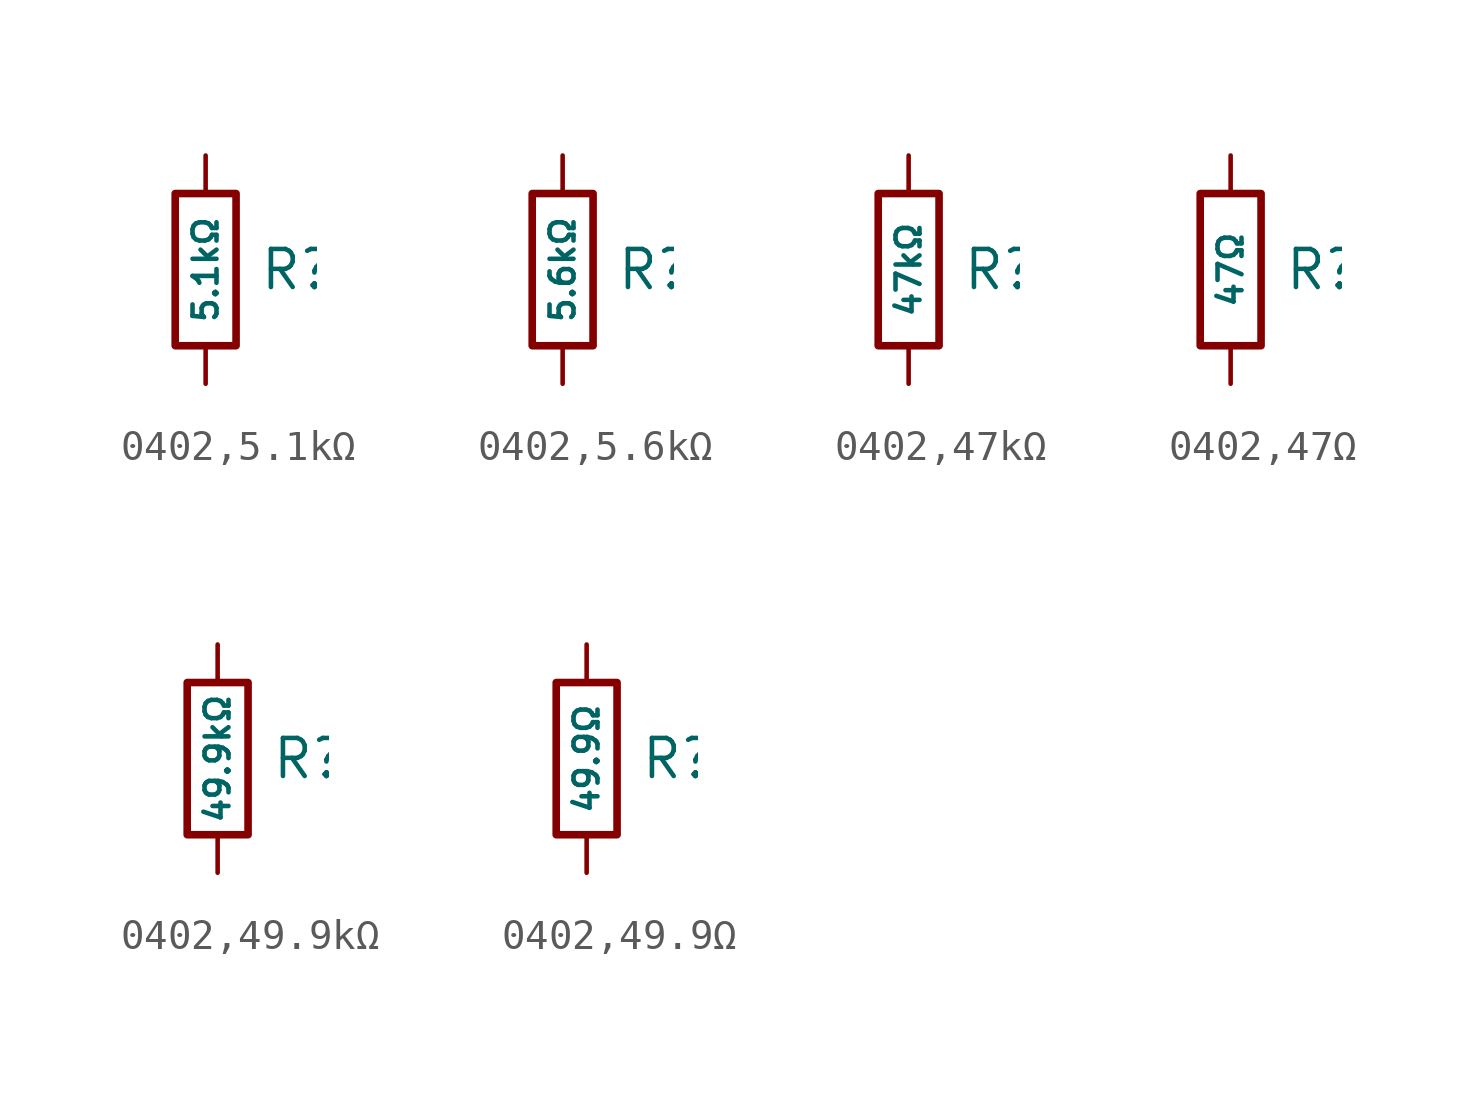
<source format=kicad_sym>
(kicad_symbol_lib
  (version 20231120)
  (generator "CDFER")
  (generator_version "8.0")
  (symbol "0402,5.1kΩ"
    (pin_numbers hide)
    (pin_names
      (offset 0))
    (property "Reference" "R"
      (at 1.778 0 0)
      (effects (font (size 1.27 1.27)) (justify left)))
    (property "Value" "5.1kΩ"
      (at 0 0 90)
      (do_not_autoplace)
      (effects (font (size 0.8 0.8))))
    (symbol "0402,5.1kΩ_0_1"
      (rectangle (start -1.016 2.54) (end 1.016 -2.54) (stroke (width 0.254) (type default)) (fill (type none))))
    (symbol "0402,5.1kΩ_1_1"
      (pin passive line (at 0 3.81 270) (length 1.27) (name "~" (effects (font (size 1.27 1.27)))) (number "1" (effects (font (size 1.27 1.27)))))
      (pin passive line (at 0 -3.81 90) (length 1.27) (name "~" (effects (font (size 1.27 1.27)))) (number "2" (effects (font (size 1.27 1.27)))))))
  (symbol "0402,5.6kΩ"
    (pin_numbers hide)
    (pin_names
      (offset 0))
    (property "Reference" "R"
      (at 1.778 0 0)
      (effects (font (size 1.27 1.27)) (justify left)))
    (property "Value" "5.6kΩ"
      (at 0 0 90)
      (do_not_autoplace)
      (effects (font (size 0.8 0.8))))
    (symbol "0402,5.6kΩ_0_1"
      (rectangle (start -1.016 2.54) (end 1.016 -2.54) (stroke (width 0.254) (type default)) (fill (type none))))
    (symbol "0402,5.6kΩ_1_1"
      (pin passive line (at 0 3.81 270) (length 1.27) (name "~" (effects (font (size 1.27 1.27)))) (number "1" (effects (font (size 1.27 1.27)))))
      (pin passive line (at 0 -3.81 90) (length 1.27) (name "~" (effects (font (size 1.27 1.27)))) (number "2" (effects (font (size 1.27 1.27)))))))
  (symbol "0402,47kΩ"
    (pin_numbers hide)
    (pin_names
      (offset 0))
    (property "Reference" "R"
      (at 1.778 0 0)
      (effects (font (size 1.27 1.27)) (justify left)))
    (property "Value" "47kΩ"
      (at 0 0 90)
      (do_not_autoplace)
      (effects (font (size 0.8 0.8))))
    (symbol "0402,47kΩ_0_1"
      (rectangle (start -1.016 2.54) (end 1.016 -2.54) (stroke (width 0.254) (type default)) (fill (type none))))
    (symbol "0402,47kΩ_1_1"
      (pin passive line (at 0 3.81 270) (length 1.27) (name "~" (effects (font (size 1.27 1.27)))) (number "1" (effects (font (size 1.27 1.27)))))
      (pin passive line (at 0 -3.81 90) (length 1.27) (name "~" (effects (font (size 1.27 1.27)))) (number "2" (effects (font (size 1.27 1.27)))))))
  (symbol "0402,47Ω"
    (pin_numbers hide)
    (pin_names
      (offset 0))
    (property "Reference" "R"
      (at 1.778 0 0)
      (effects (font (size 1.27 1.27)) (justify left)))
    (property "Value" "47Ω"
      (at 0 0 90)
      (do_not_autoplace)
      (effects (font (size 0.8 0.8))))
    (symbol "0402,47Ω_0_1"
      (rectangle (start -1.016 2.54) (end 1.016 -2.54) (stroke (width 0.254) (type default)) (fill (type none))))
    (symbol "0402,47Ω_1_1"
      (pin passive line (at 0 3.81 270) (length 1.27) (name "~" (effects (font (size 1.27 1.27)))) (number "1" (effects (font (size 1.27 1.27)))))
      (pin passive line (at 0 -3.81 90) (length 1.27) (name "~" (effects (font (size 1.27 1.27)))) (number "2" (effects (font (size 1.27 1.27)))))))
  (symbol "0402,49.9kΩ"
    (pin_numbers hide)
    (pin_names
      (offset 0))
    (property "Reference" "R"
      (at 1.778 0 0)
      (effects (font (size 1.27 1.27)) (justify left)))
    (property "Value" "49.9kΩ"
      (at 0 0 90)
      (do_not_autoplace)
      (effects (font (size 0.8 0.8))))
    (symbol "0402,49.9kΩ_0_1"
      (rectangle (start -1.016 2.54) (end 1.016 -2.54) (stroke (width 0.254) (type default)) (fill (type none))))
    (symbol "0402,49.9kΩ_1_1"
      (pin passive line (at 0 3.81 270) (length 1.27) (name "~" (effects (font (size 1.27 1.27)))) (number "1" (effects (font (size 1.27 1.27)))))
      (pin passive line (at 0 -3.81 90) (length 1.27) (name "~" (effects (font (size 1.27 1.27)))) (number "2" (effects (font (size 1.27 1.27)))))))
  (symbol "0402,49.9Ω"
    (pin_numbers hide)
    (pin_names
      (offset 0))
    (property "Reference" "R"
      (at 1.778 0 0)
      (effects (font (size 1.27 1.27)) (justify left)))
    (property "Value" "49.9Ω"
      (at 0 0 90)
      (do_not_autoplace)
      (effects (font (size 0.8 0.8))))
    (symbol "0402,49.9Ω_0_1"
      (rectangle (start -1.016 2.54) (end 1.016 -2.54) (stroke (width 0.254) (type default)) (fill (type none))))
    (symbol "0402,49.9Ω_1_1"
      (pin passive line (at 0 3.81 270) (length 1.27) (name "~" (effects (font (size 1.27 1.27)))) (number "1" (effects (font (size 1.27 1.27)))))
      (pin passive line (at 0 -3.81 90) (length 1.27) (name "~" (effects (font (size 1.27 1.27)))) (number "2" (effects (font (size 1.27 1.27))))))))
</source>
